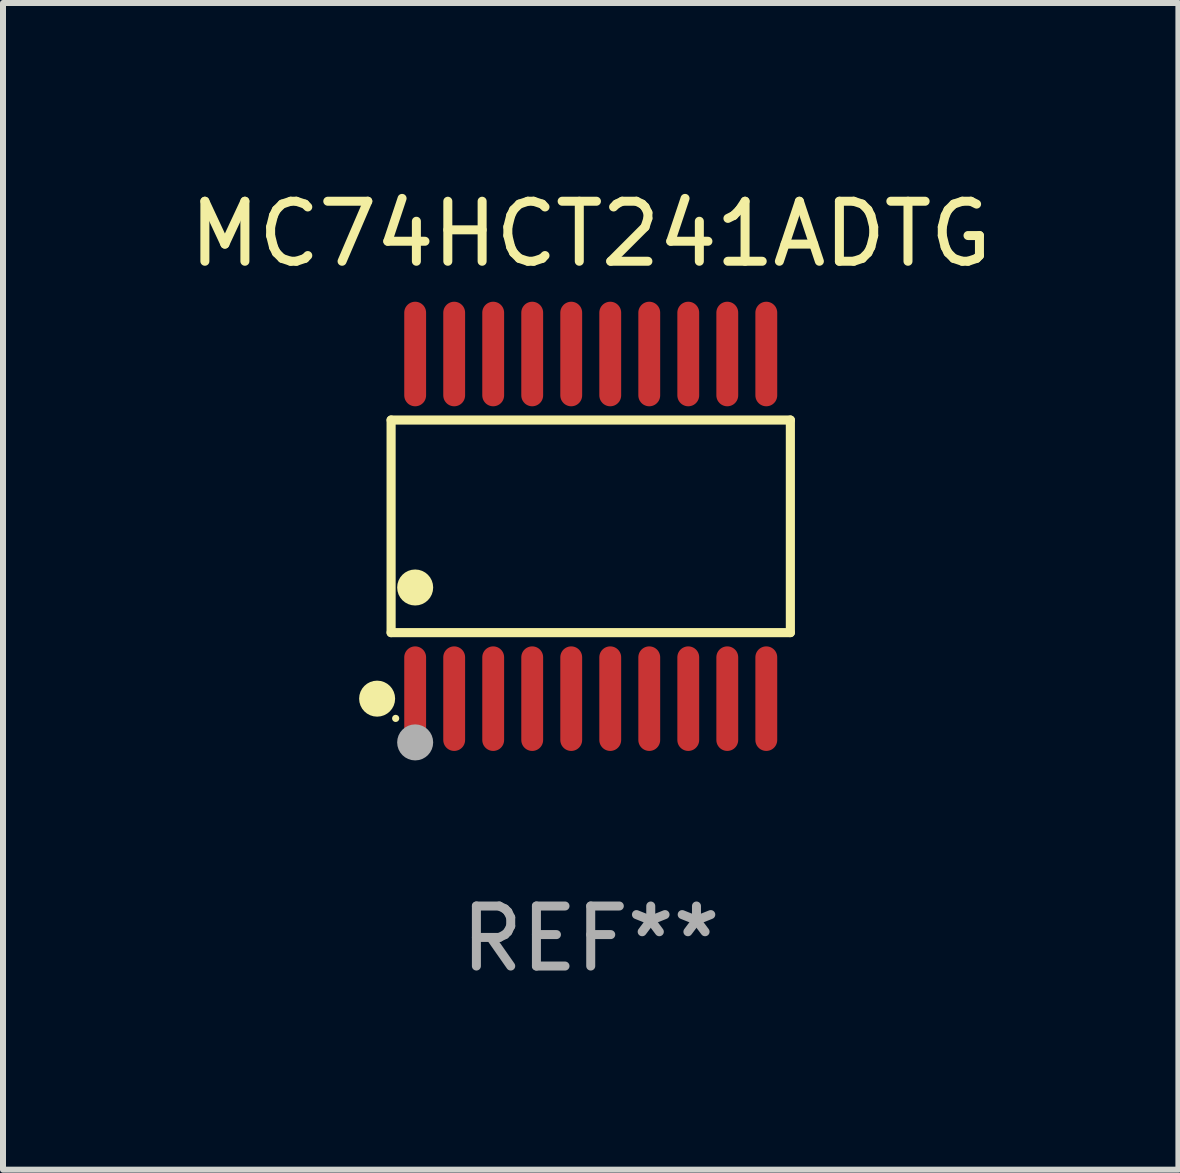
<source format=kicad_pcb>
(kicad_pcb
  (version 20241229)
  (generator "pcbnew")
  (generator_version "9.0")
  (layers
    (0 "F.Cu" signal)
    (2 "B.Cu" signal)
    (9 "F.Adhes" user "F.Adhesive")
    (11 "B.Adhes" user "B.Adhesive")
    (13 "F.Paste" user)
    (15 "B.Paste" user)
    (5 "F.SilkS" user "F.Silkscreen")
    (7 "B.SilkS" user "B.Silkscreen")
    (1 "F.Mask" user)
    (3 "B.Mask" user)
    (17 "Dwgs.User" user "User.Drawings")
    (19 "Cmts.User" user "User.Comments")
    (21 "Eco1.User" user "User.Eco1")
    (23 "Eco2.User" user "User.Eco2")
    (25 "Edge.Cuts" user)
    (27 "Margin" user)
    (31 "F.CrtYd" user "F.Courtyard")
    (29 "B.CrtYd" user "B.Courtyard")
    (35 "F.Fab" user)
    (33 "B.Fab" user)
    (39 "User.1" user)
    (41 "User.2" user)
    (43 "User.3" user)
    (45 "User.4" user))
  (footprint "MC74HCT241ADTG"
    (layer "F.Cu")
    (at 6.792 5.719)
    (property "Reference" "MC74HCT241ADTG" (at 0 -4.871 0) (layer "F.SilkS") (effects (font (size 1 1) (thickness 0.15))))
    (attr through_hole)
    (fp_line (start -3.326 -1.771) (end 3.326 -1.771) (stroke (width 0.152) (type solid)) (layer "F.SilkS"))
    (fp_line (start -3.326 1.771) (end -3.326 -1.771) (stroke (width 0.152) (type solid)) (layer "F.SilkS"))
    (fp_line (start 3.326 -1.771) (end 3.326 1.771) (stroke (width 0.152) (type solid)) (layer "F.SilkS"))
    (fp_line (start 3.326 1.771) (end -3.326 1.771) (stroke (width 0.152) (type solid)) (layer "F.SilkS"))
    (fp_circle (center -3.559 2.871) (end -3.409 2.871) (stroke (width 0.3) (type solid)) (fill no) (layer "F.SilkS"))
    (fp_circle (center -3.25 3.2) (end -3.22 3.2) (stroke (width 0.06) (type solid)) (fill no) (layer "F.SilkS"))
    (fp_circle (center -2.925 1.019) (end -2.775 1.019) (stroke (width 0.3) (type solid)) (fill no) (layer "F.SilkS"))
    (fp_circle (center -2.925 3.6) (end -2.775 3.6) (stroke (width 0.3) (type solid)) (fill no) (layer "F.Fab"))
    (fp_text user "REF**" (at 0 6.871 0) (layer "F.Fab") (effects (font (size 1 1) (thickness 0.15))))
    (pad "1" smd oval (at -2.925 2.871) (size 0.364 1.742) (layers "F.Cu" "F.Mask" "F.Paste"))
    (pad "2" smd oval (at -2.275 2.871) (size 0.364 1.742) (layers "F.Cu" "F.Mask" "F.Paste"))
    (pad "3" smd oval (at -1.625 2.871) (size 0.364 1.742) (layers "F.Cu" "F.Mask" "F.Paste"))
    (pad "4" smd oval (at -0.975 2.871) (size 0.364 1.742) (layers "F.Cu" "F.Mask" "F.Paste"))
    (pad "5" smd oval (at -0.325 2.871) (size 0.364 1.742) (layers "F.Cu" "F.Mask" "F.Paste"))
    (pad "6" smd oval (at 0.325 2.871) (size 0.364 1.742) (layers "F.Cu" "F.Mask" "F.Paste"))
    (pad "7" smd oval (at 0.975 2.871) (size 0.364 1.742) (layers "F.Cu" "F.Mask" "F.Paste"))
    (pad "8" smd oval (at 1.625 2.871) (size 0.364 1.742) (layers "F.Cu" "F.Mask" "F.Paste"))
    (pad "9" smd oval (at 2.275 2.871) (size 0.364 1.742) (layers "F.Cu" "F.Mask" "F.Paste"))
    (pad "10" smd oval (at 2.925 2.871) (size 0.364 1.742) (layers "F.Cu" "F.Mask" "F.Paste"))
    (pad "11" smd oval (at 2.925 -2.871) (size 0.364 1.742) (layers "F.Cu" "F.Mask" "F.Paste"))
    (pad "12" smd oval (at 2.275 -2.871) (size 0.364 1.742) (layers "F.Cu" "F.Mask" "F.Paste"))
    (pad "13" smd oval (at 1.625 -2.871) (size 0.364 1.742) (layers "F.Cu" "F.Mask" "F.Paste"))
    (pad "14" smd oval (at 0.975 -2.871) (size 0.364 1.742) (layers "F.Cu" "F.Mask" "F.Paste"))
    (pad "15" smd oval (at 0.325 -2.871) (size 0.364 1.742) (layers "F.Cu" "F.Mask" "F.Paste"))
    (pad "16" smd oval (at -0.325 -2.871) (size 0.364 1.742) (layers "F.Cu" "F.Mask" "F.Paste"))
    (pad "17" smd oval (at -0.975 -2.871) (size 0.364 1.742) (layers "F.Cu" "F.Mask" "F.Paste"))
    (pad "18" smd oval (at -1.625 -2.871) (size 0.364 1.742) (layers "F.Cu" "F.Mask" "F.Paste"))
    (pad "19" smd oval (at -2.275 -2.871) (size 0.364 1.742) (layers "F.Cu" "F.Mask" "F.Paste"))
    (pad "20" smd oval (at -2.925 -2.871) (size 0.364 1.742) (layers "F.Cu" "F.Mask" "F.Paste")))
  (gr_rect
    (start -3 -3)
    (end 16.583 16.438)
    (stroke (width 0.1) (type default))
    (fill no)
    (layer "Edge.Cuts")))
</source>
